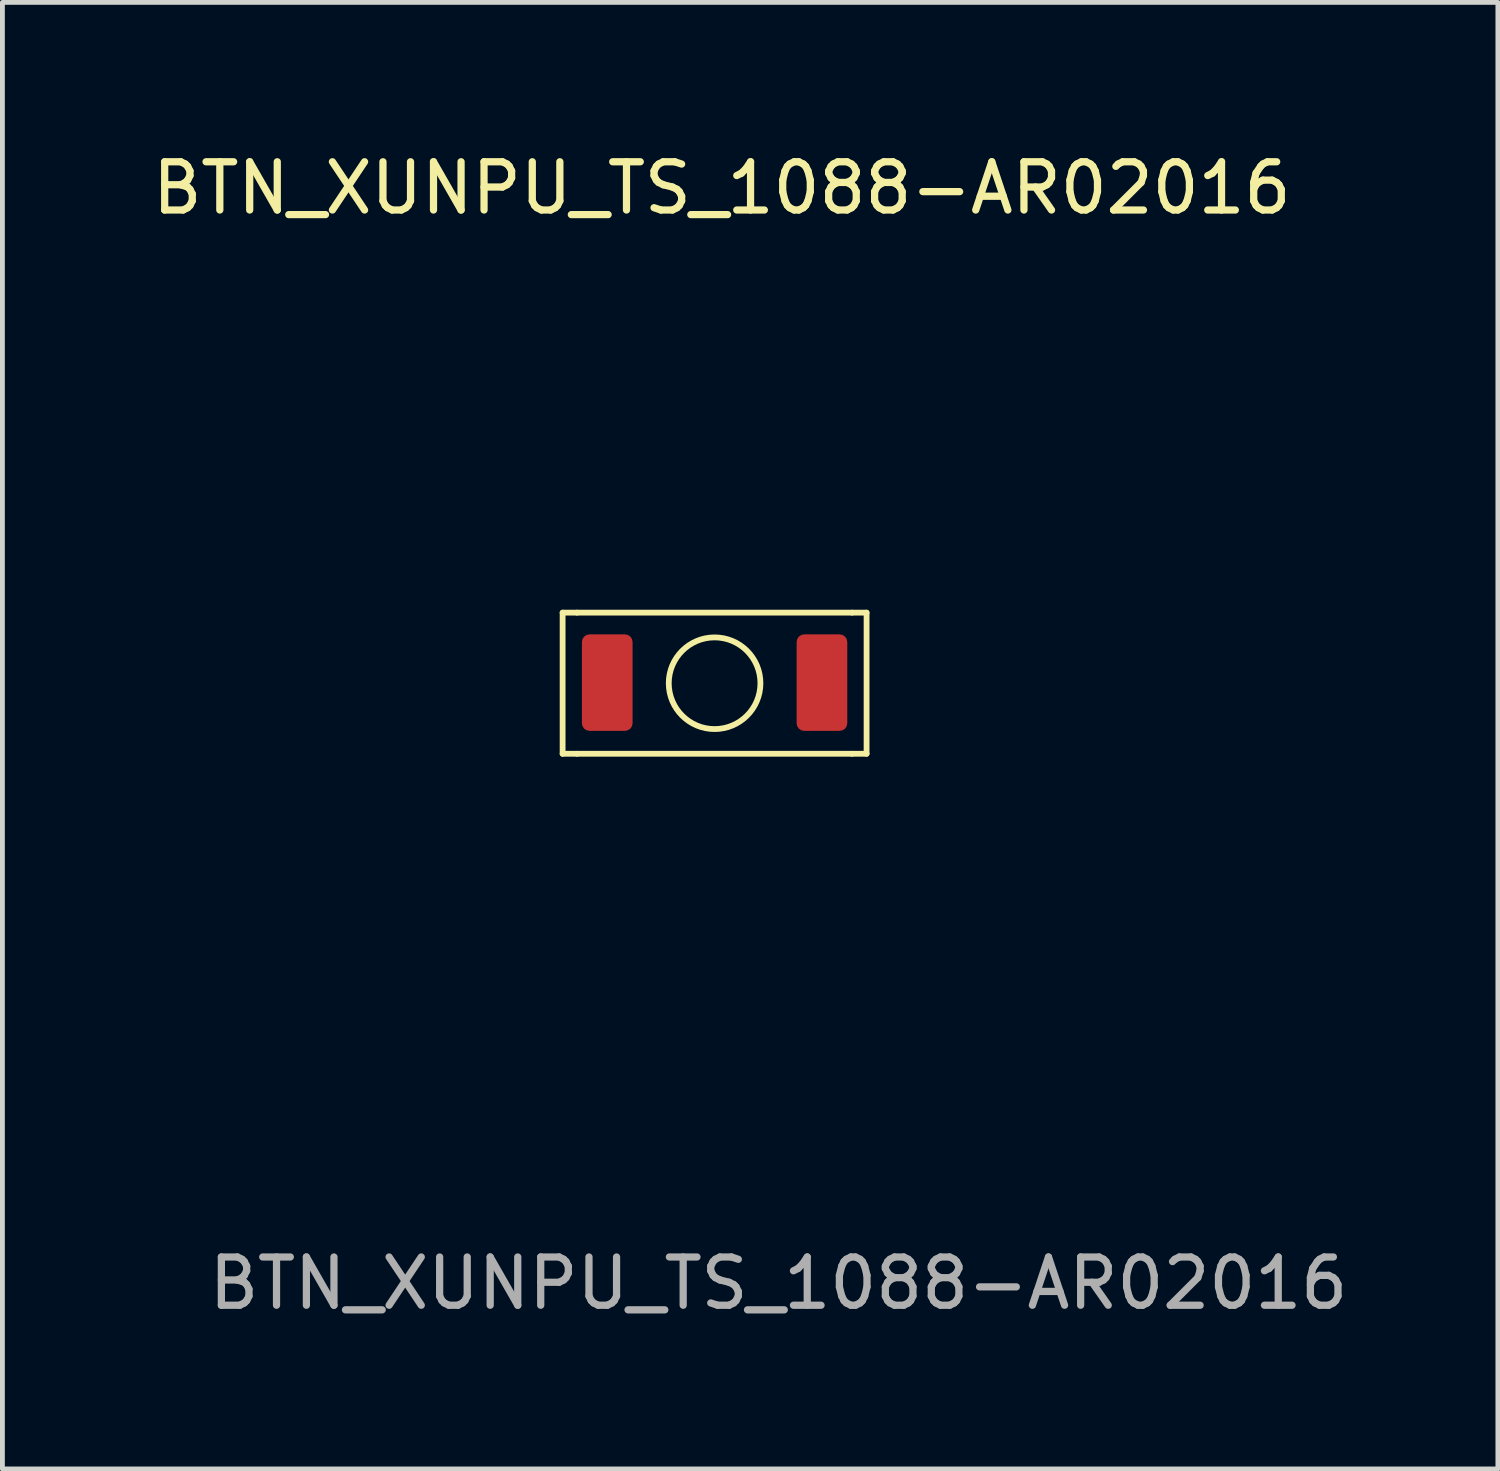
<source format=kicad_pcb>
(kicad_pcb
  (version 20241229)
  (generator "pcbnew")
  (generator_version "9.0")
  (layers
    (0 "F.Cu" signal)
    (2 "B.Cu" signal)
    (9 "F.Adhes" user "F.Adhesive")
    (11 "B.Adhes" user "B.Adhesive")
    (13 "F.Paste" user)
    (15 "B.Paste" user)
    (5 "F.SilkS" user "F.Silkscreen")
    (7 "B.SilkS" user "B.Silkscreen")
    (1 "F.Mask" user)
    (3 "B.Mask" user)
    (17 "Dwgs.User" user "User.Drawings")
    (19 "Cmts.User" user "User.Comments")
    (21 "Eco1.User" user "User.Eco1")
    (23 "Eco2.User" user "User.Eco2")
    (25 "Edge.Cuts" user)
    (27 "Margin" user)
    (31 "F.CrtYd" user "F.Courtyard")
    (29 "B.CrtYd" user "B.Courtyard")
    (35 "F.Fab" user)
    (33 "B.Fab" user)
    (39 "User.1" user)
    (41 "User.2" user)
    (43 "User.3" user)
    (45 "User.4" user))
  (footprint "BTN_XUNPU_TS_1088-AR02016"
    (layer "F.Cu")
    (at 11.761 11.098)
    (property "Reference" "BTN_XUNPU_TS_1088-AR02016" (at 0.15 -10.25 0) (unlocked yes) (layer "F.SilkS") (effects (font (size 1 1) (thickness 0.15))))
    (attr smd)
    (fp_line (start -3.15 -1.45) (end -3.15 1.475) (stroke (width 0.12) (type default)) (layer "F.SilkS"))
    (fp_line (start -3.15 1.475) (end -2.85 1.475) (stroke (width 0.12) (type default)) (layer "F.SilkS"))
    (fp_line (start -2.85 -1.45) (end -3.15 -1.45) (stroke (width 0.12) (type default)) (layer "F.SilkS"))
    (fp_line (start -2.85 1.475) (end 2.85 1.475) (stroke (width 0.12) (type default)) (layer "F.SilkS"))
    (fp_line (start 2.85 -1.45) (end -2.85 -1.45) (stroke (width 0.12) (type default)) (layer "F.SilkS"))
    (fp_line (start 2.85 1.475) (end 3.15 1.475) (stroke (width 0.12) (type default)) (layer "F.SilkS"))
    (fp_line (start 3.15 -1.45) (end 2.85 -1.45) (stroke (width 0.12) (type default)) (layer "F.SilkS"))
    (fp_line (start 3.15 1.475) (end 3.15 -1.45) (stroke (width 0.12) (type default)) (layer "F.SilkS"))
    (fp_circle (center 0 0.013) (end 0.95 0) (stroke (width 0.12) (type default)) (fill no) (layer "F.SilkS"))
    (fp_text user "${REFERENCE}" (at 1.325 12.45 0) (unlocked yes) (layer "F.Fab") (effects (font (size 1 1) (thickness 0.15))))
    (pad "1" smd roundrect (at -2.225 0) (size 1.05 2) (layers "F.Cu" "F.Mask" "F.Paste") (roundrect_rratio 0.15))
    (pad "2" smd roundrect (at 2.225 0) (size 1.05 2) (layers "F.Cu" "F.Mask" "F.Paste") (roundrect_rratio 0.15)))
  (gr_rect
    (start -3 -3)
    (end 27.996 27.396)
    (stroke (width 0.1) (type default))
    (fill no)
    (layer "Edge.Cuts")))
</source>
